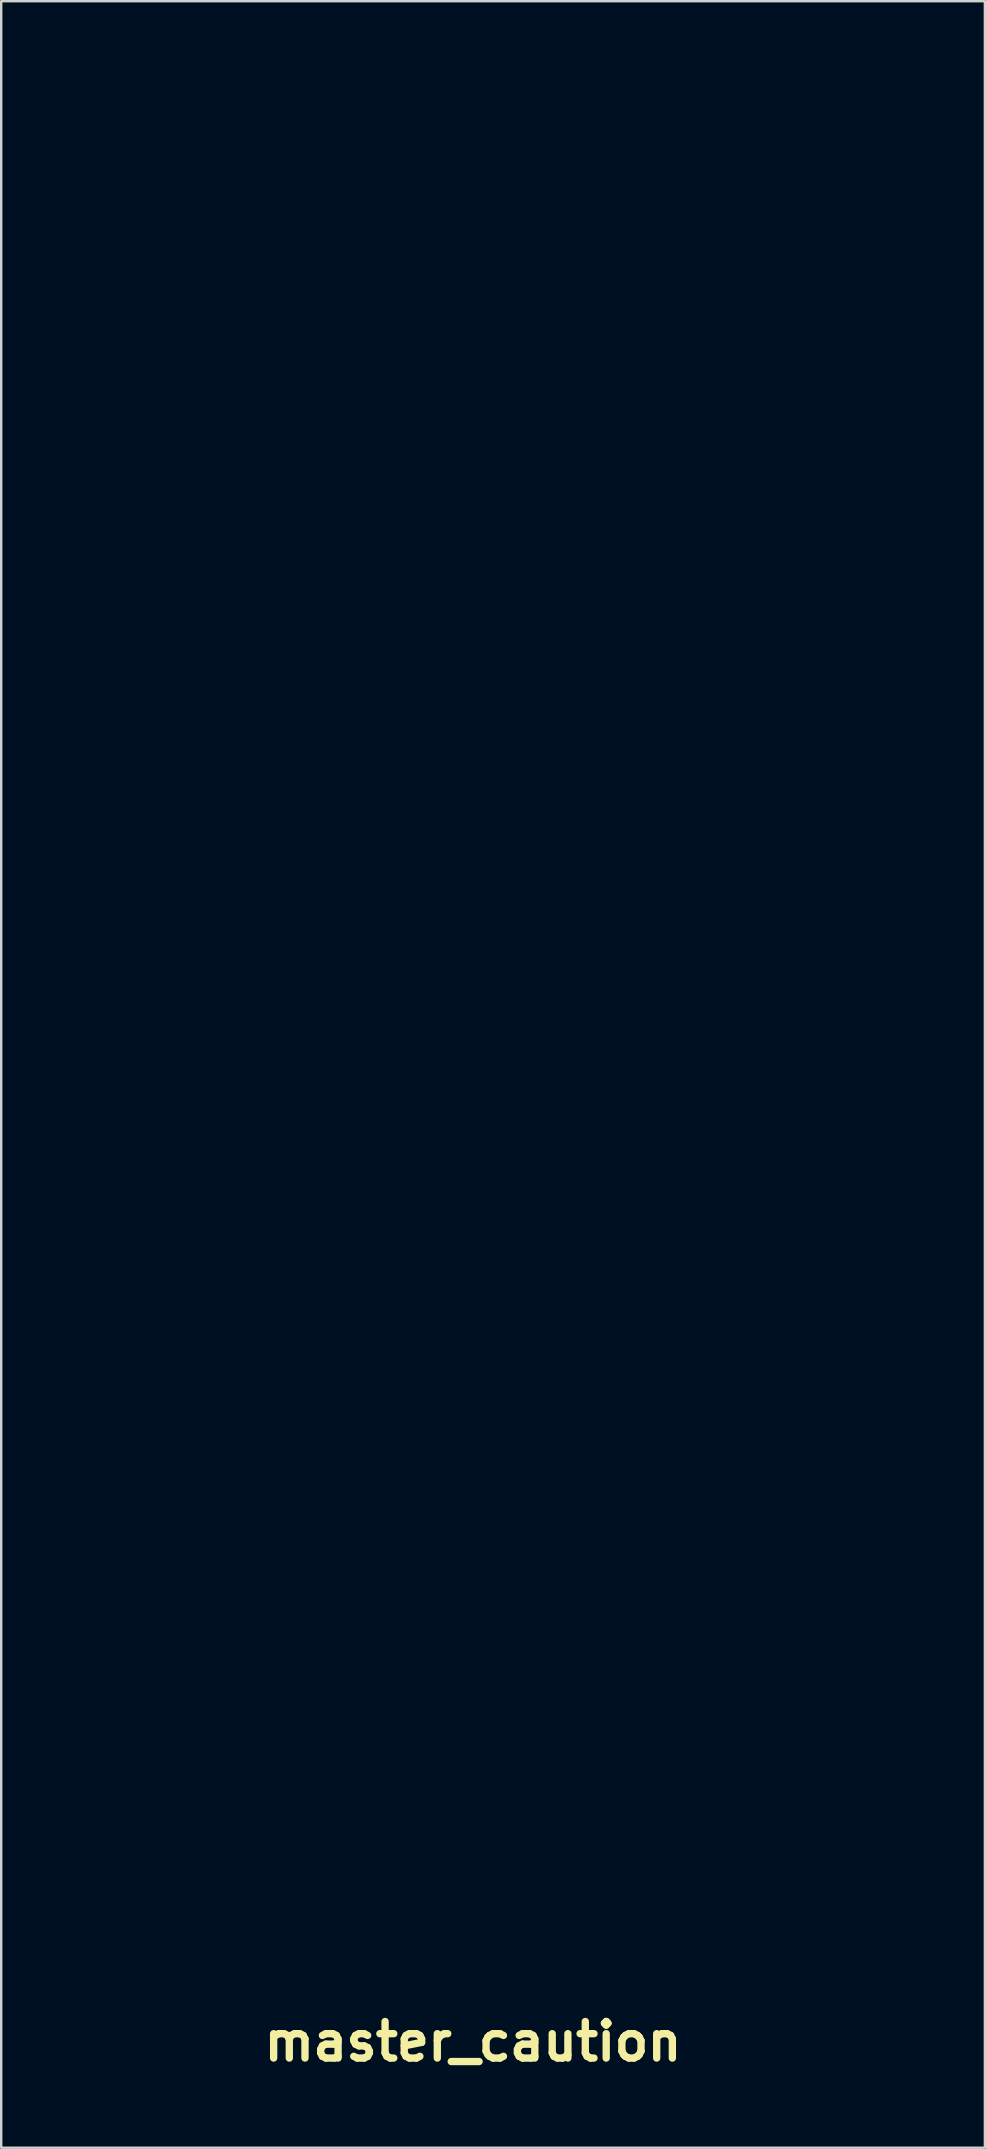
<source format=kicad_pcb>
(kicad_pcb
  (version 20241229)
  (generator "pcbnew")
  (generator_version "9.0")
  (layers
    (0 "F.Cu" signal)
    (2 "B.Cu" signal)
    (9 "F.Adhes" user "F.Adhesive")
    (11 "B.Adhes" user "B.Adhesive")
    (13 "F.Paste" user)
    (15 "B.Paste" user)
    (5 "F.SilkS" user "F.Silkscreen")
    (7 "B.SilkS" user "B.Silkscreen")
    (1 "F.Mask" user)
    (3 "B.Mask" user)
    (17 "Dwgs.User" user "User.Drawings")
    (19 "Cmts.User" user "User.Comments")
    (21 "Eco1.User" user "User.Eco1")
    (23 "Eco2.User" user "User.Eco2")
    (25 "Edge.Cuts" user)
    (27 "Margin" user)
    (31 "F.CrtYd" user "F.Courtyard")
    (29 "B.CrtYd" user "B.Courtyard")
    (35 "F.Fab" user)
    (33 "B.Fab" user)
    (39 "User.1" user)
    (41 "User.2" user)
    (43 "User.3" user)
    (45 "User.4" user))
  (footprint "master_caution"
    (layer "F.Cu")
    (at 16.665 16.107)
    (property "Reference" "master_caution" (at 0 65.935 0) (layer "F.SilkS") (effects (font (size 1.524 1.524) (thickness 0.305))))
    (attr exclude_from_pos_files exclude_from_bom)
    (fp_poly (pts (xy -6.788 4.612) (xy -7.248 7.439) (xy -6.329 7.439) (xy -6.788 4.612)) (stroke (width 0) (type solid)) (fill yes) (layer "F.Mask"))
    (fp_poly (pts (xy -3.954 -6.228) (xy -4.414 -3.402) (xy -3.495 -3.402) (xy -3.954 -6.228)) (stroke (width 0) (type solid)) (fill yes) (layer "F.Mask"))
    (fp_poly (pts (xy 10.18 -6.795) (xy 10.18 -4.672) (xy 10.476 -4.672) (xy 10.863 -4.72) (xy 11.125 -4.937) (xy 11.27 -5.297) (xy 11.318 -5.831) (xy 11.26 -6.339) (xy 11.062 -6.673) (xy 10.833 -6.773) (xy 10.529 -6.795) (xy 10.18 -6.795)) (stroke (width 0) (type solid)) (fill yes) (layer "F.Mask"))
    (fp_poly (pts (xy 7.916 3.919) (xy 7.57 4.056) (xy 7.273 4.511) (xy 7.067 5.332) (xy 6.989 6.539) (xy 7.065 7.74) (xy 7.268 8.545) (xy 7.562 9.005) (xy 7.916 9.153) (xy 8.27 9.005) (xy 8.564 8.534) (xy 8.773 7.687) (xy 8.841 6.533) (xy 8.763 5.327) (xy 8.559 4.522) (xy 8.263 4.061) (xy 7.916 3.919)) (stroke (width 0) (type solid)) (fill yes) (layer "F.Mask"))
    (fp_poly (pts (xy -16.665 -16.107) (xy -16.665 18.893) (xy -10.333 18.893) (xy -10.333 10.63) (xy -11.105 10.371) (xy -11.71 9.598) (xy -11.936 9.021) (xy -12.104 8.317) (xy -12.208 7.49) (xy -12.243 6.544) (xy -12.209 5.651) (xy -12.109 4.845) (xy -11.946 4.137) (xy -11.723 3.537) (xy -11.12 2.728) (xy -10.331 2.442) (xy -10.331 2.442) (xy -9.906 2.5) (xy -9.555 2.643) (xy -9.25 2.87) (xy -9.009 3.098) (xy -9.009 5.009) (xy -9.12 5.009) (xy -9.298 4.707) (xy -9.539 4.363) (xy -9.839 4.077) (xy -10.183 3.961) (xy -10.569 4.098) (xy -10.908 4.543) (xy -11.15 5.342) (xy -11.24 6.549) (xy -11.142 7.788) (xy -10.891 8.571) (xy -10.549 8.989) (xy -10.178 9.111) (xy -9.831 9) (xy -9.512 8.698) (xy -9.283 8.37) (xy -9.11 8.069) (xy -9.009 8.069) (xy -9.009 9.953) (xy -9.278 10.201) (xy -9.547 10.403) (xy -9.891 10.572) (xy -10.333 10.63) (xy -10.333 18.893) (xy -4.839 18.893) (xy -4.839 10.477) (xy -5.836 10.477) (xy -6.095 8.883) (xy -7.482 8.883) (xy -7.741 10.477) (xy -8.713 10.477) (xy -7.331 2.595) (xy -6.414 2.595) (xy -6.414 -0.364) (xy -7.374 -0.364) (xy -7.374 -5.641) (xy -8.067 -2.216) (xy -8.733 -2.216) (xy -9.426 -5.641) (xy -9.426 -0.364) (xy -10.336 -0.364) (xy -10.336 -8.245) (xy -9.216 -8.245) (xy -8.374 -4.291) (xy -7.535 -8.245) (xy -6.414 -8.245) (xy -6.414 -0.364) (xy -6.414 2.595) (xy -6.221 2.595) (xy -4.839 10.477) (xy -4.839 18.893) (xy -2.686 18.893) (xy -2.686 10.641) (xy -3.407 10.446) (xy -3.929 9.863) (xy -4.244 8.915) (xy -4.349 7.629) (xy -4.349 2.595) (xy -3.379 2.595) (xy -3.379 7.512) (xy -3.216 8.735) (xy -2.686 9.137) (xy -2.158 8.751) (xy -2.005 7.622) (xy -2.005 -0.364) (xy -3.002 -0.364) (xy -3.261 -1.956) (xy -4.648 -1.956) (xy -4.907 -0.364) (xy -5.879 -0.364) (xy -4.497 -8.245) (xy -3.387 -8.245) (xy -2.005 -0.364) (xy -2.005 7.622) (xy -1.99 7.512) (xy -1.99 2.595) (xy -1.02 2.595) (xy -1.02 7.624) (xy -1.126 8.914) (xy -1.442 9.863) (xy -1.964 10.446) (xy -2.686 10.641) (xy -2.686 18.893) (xy 1.643 18.893) (xy 1.643 10.477) (xy 0.678 10.477) (xy 0.678 4.12) (xy -0.49 4.12) (xy -0.49 2.595) (xy -0.209 2.595) (xy -0.209 -0.221) (xy -1.02 -0.39) (xy -1.666 -0.829) (xy -1.666 -2.719) (xy -1.56 -2.719) (xy -0.892 -1.946) (xy -0.178 -1.676) (xy 0.053 -1.708) (xy 0.286 -1.814) (xy 0.467 -2.052) (xy 0.54 -2.476) (xy 0.435 -2.92) (xy 0.13 -3.211) (xy -0.317 -3.407) (xy -0.756 -3.645) (xy -1.437 -4.518) (xy -1.592 -5.141) (xy -1.643 -5.895) (xy -1.526 -6.894) (xy -1.176 -7.689) (xy -0.639 -8.213) (xy 0.03 -8.388) (xy 0.03 -8.388) (xy 0.759 -8.234) (xy 1.384 -7.858) (xy 1.384 -6.043) (xy 1.281 -6.043) (xy 0.726 -6.678) (xy 0.058 -6.938) (xy -0.183 -6.9) (xy -0.412 -6.773) (xy -0.58 -6.53) (xy -0.651 -6.165) (xy -0.538 -5.683) (xy -0.111 -5.381) (xy 0.284 -5.207) (xy 0.693 -4.974) (xy 1.326 -4.164) (xy 1.481 -3.579) (xy 1.533 -2.84) (xy 1.415 -1.785) (xy 1.063 -0.946) (xy 0.511 -0.402) (xy -0.209 -0.221) (xy -0.209 2.595) (xy 2.811 2.595) (xy 2.811 4.12) (xy 1.643 4.12) (xy 1.643 10.477) (xy 1.643 18.893) (xy 5.414 18.893) (xy 5.414 10.477) (xy 3.223 10.477) (xy 3.223 9.079) (xy 3.836 9.079) (xy 3.836 3.993) (xy 3.223 3.993) (xy 3.223 2.595) (xy 3.954 2.595) (xy 3.954 -0.364) (xy 2.99 -0.364) (xy 2.99 -6.721) (xy 1.822 -6.721) (xy 1.822 -8.245) (xy 5.122 -8.245) (xy 5.122 -6.721) (xy 3.954 -6.721) (xy 3.954 -0.364) (xy 3.954 2.595) (xy 5.414 2.595) (xy 5.414 3.993) (xy 4.801 3.993) (xy 4.801 9.079) (xy 5.414 9.079) (xy 5.414 10.477) (xy 5.414 18.893) (xy 7.914 18.893) (xy 7.914 10.641) (xy 7.109 10.364) (xy 6.499 9.534) (xy 6.215 8.708) (xy 6.044 7.709) (xy 5.987 6.539) (xy 6.044 5.361) (xy 6.215 4.36) (xy 6.499 3.537) (xy 7.109 2.708) (xy 7.914 2.431) (xy 8.409 2.602) (xy 8.409 -0.364) (xy 5.703 -0.364) (xy 5.703 -8.245) (xy 8.409 -8.245) (xy 8.409 -6.721) (xy 6.663 -6.721) (xy 6.663 -5.36) (xy 8.283 -5.36) (xy 8.283 -3.836) (xy 6.663 -3.836) (xy 6.663 -1.888) (xy 8.409 -1.888) (xy 8.409 -0.364) (xy 8.409 2.602) (xy 8.717 2.708) (xy 9.328 3.537) (xy 9.614 4.36) (xy 9.786 5.361) (xy 9.843 6.539) (xy 9.786 7.709) (xy 9.615 8.708) (xy 9.331 9.534) (xy 8.72 10.364) (xy 7.914 10.641) (xy 7.914 18.893) (xy 13.979 18.893) (xy 13.979 10.477) (xy 13.049 10.477) (xy 11.461 5.067) (xy 11.461 10.477) (xy 10.577 10.477) (xy 10.577 2.595) (xy 11.73 2.595) (xy 12.823 6.212) (xy 12.823 -0.364) (xy 11.645 -0.364) (xy 10.624 -3.253) (xy 10.18 -3.253) (xy 10.18 -0.364) (xy 9.22 -0.364) (xy 9.22 -8.245) (xy 10.838 -8.245) (xy 11.409 -8.165) (xy 11.856 -7.822) (xy 12.19 -7.133) (xy 12.316 -6.08) (xy 12.267 -5.287) (xy 12.122 -4.656) (xy 11.574 -3.74) (xy 12.823 -0.364) (xy 12.823 6.212) (xy 13.094 7.11) (xy 13.094 2.595) (xy 13.979 2.595) (xy 13.979 10.477) (xy 13.979 18.893) (xy 18.335 18.893) (xy 18.335 -16.107) (xy -16.665 -16.107)) (stroke (width 0) (type solid)) (fill yes) (layer "F.Mask")))
  (gr_rect
    (start -3 -3)
    (end 38 86.468)
    (stroke (width 0.1) (type default))
    (fill no)
    (layer "Edge.Cuts")))
</source>
